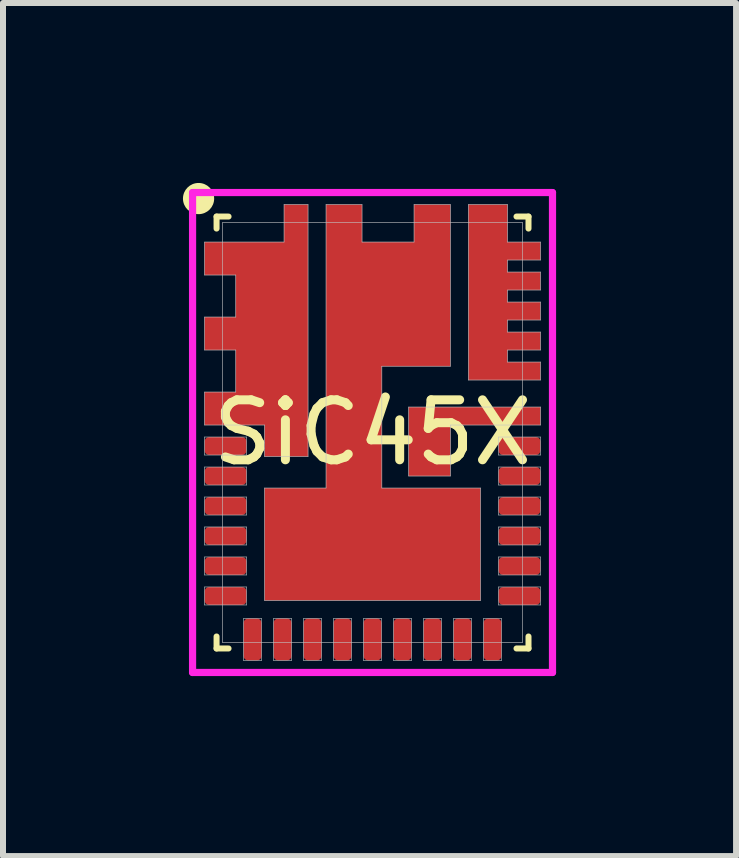
<source format=kicad_pcb>
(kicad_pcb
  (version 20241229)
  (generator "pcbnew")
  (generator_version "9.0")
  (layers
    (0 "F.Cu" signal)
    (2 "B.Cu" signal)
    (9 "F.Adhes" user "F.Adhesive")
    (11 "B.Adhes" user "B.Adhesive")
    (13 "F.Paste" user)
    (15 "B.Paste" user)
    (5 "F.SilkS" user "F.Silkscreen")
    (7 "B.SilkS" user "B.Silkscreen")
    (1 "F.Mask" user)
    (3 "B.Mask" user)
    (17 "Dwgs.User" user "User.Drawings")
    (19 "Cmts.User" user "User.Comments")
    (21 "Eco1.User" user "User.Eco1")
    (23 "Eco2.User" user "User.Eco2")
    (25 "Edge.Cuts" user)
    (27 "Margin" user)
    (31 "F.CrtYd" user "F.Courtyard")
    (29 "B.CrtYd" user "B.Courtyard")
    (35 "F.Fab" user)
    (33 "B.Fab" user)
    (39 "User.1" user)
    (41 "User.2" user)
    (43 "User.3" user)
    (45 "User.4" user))
  (footprint "SiC45X"
    (layer "F.Cu")
    (at 3.16 4.16)
    (property "Reference" "SiC45X" (at 0 0 0) (layer "F.SilkS") (effects (font (size 1 1) (thickness 0.15))))
    (fp_line (start -2.6 -3.6) (end -2.6 -3.4) (stroke (width 0.1) (type solid)) (layer "F.SilkS"))
    (fp_line (start -2.6 -3.6) (end -2.4 -3.6) (stroke (width 0.1) (type solid)) (layer "F.SilkS"))
    (fp_line (start -2.6 3.6) (end -2.6 3.4) (stroke (width 0.1) (type solid)) (layer "F.SilkS"))
    (fp_line (start -2.6 3.6) (end -2.4 3.6) (stroke (width 0.1) (type solid)) (layer "F.SilkS"))
    (fp_line (start 2.6 -3.6) (end 2.4 -3.6) (stroke (width 0.1) (type solid)) (layer "F.SilkS"))
    (fp_line (start 2.6 -3.6) (end 2.6 -3.4) (stroke (width 0.1) (type solid)) (layer "F.SilkS"))
    (fp_line (start 2.6 3.6) (end 2.4 3.6) (stroke (width 0.1) (type solid)) (layer "F.SilkS"))
    (fp_line (start 2.6 3.6) (end 2.6 3.4) (stroke (width 0.1) (type solid)) (layer "F.SilkS"))
    (fp_circle (center -2.9 -3.9) (end -2.7 -3.9) (stroke (width 0.12) (type solid)) (fill yes) (layer "F.SilkS"))
    (fp_line (start -2.8 -3.175) (end -1.475 -3.175) (stroke (width 0.01) (type solid)) (layer "Dwgs.User"))
    (fp_line (start -2.8 -2.625) (end -2.8 -3.175) (stroke (width 0.01) (type solid)) (layer "Dwgs.User"))
    (fp_line (start -2.8 -1.925) (end -2.28 -1.925) (stroke (width 0.01) (type solid)) (layer "Dwgs.User"))
    (fp_line (start -2.8 -1.375) (end -2.8 -1.925) (stroke (width 0.01) (type solid)) (layer "Dwgs.User"))
    (fp_line (start -2.8 -0.675) (end -2.28 -0.675) (stroke (width 0.01) (type solid)) (layer "Dwgs.User"))
    (fp_line (start -2.8 -0.125) (end -2.8 -0.675) (stroke (width 0.01) (type solid)) (layer "Dwgs.User"))
    (fp_line (start -2.8 0.075) (end -2.1 0.075) (stroke (width 0.01) (type solid)) (layer "Dwgs.User"))
    (fp_line (start -2.8 0.375) (end -2.8 0.075) (stroke (width 0.01) (type solid)) (layer "Dwgs.User"))
    (fp_line (start -2.8 0.575) (end -2.1 0.575) (stroke (width 0.01) (type solid)) (layer "Dwgs.User"))
    (fp_line (start -2.8 0.875) (end -2.8 0.575) (stroke (width 0.01) (type solid)) (layer "Dwgs.User"))
    (fp_line (start -2.8 1.075) (end -2.1 1.075) (stroke (width 0.01) (type solid)) (layer "Dwgs.User"))
    (fp_line (start -2.8 1.375) (end -2.8 1.075) (stroke (width 0.01) (type solid)) (layer "Dwgs.User"))
    (fp_line (start -2.8 1.575) (end -2.1 1.575) (stroke (width 0.01) (type solid)) (layer "Dwgs.User"))
    (fp_line (start -2.8 1.875) (end -2.8 1.575) (stroke (width 0.01) (type solid)) (layer "Dwgs.User"))
    (fp_line (start -2.8 2.075) (end -2.1 2.075) (stroke (width 0.01) (type solid)) (layer "Dwgs.User"))
    (fp_line (start -2.8 2.375) (end -2.8 2.075) (stroke (width 0.01) (type solid)) (layer "Dwgs.User"))
    (fp_line (start -2.8 2.575) (end -2.1 2.575) (stroke (width 0.01) (type solid)) (layer "Dwgs.User"))
    (fp_line (start -2.8 2.875) (end -2.8 2.575) (stroke (width 0.01) (type solid)) (layer "Dwgs.User"))
    (fp_line (start -2.5 -3.5) (end 2.5 -3.5) (stroke (width 0.01) (type solid)) (layer "Dwgs.User"))
    (fp_line (start -2.5 3.5) (end -2.5 -3.5) (stroke (width 0.01) (type solid)) (layer "Dwgs.User"))
    (fp_line (start -2.28 -2.625) (end -2.8 -2.625) (stroke (width 0.01) (type solid)) (layer "Dwgs.User"))
    (fp_line (start -2.28 -1.925) (end -2.28 -2.625) (stroke (width 0.01) (type solid)) (layer "Dwgs.User"))
    (fp_line (start -2.28 -1.375) (end -2.8 -1.375) (stroke (width 0.01) (type solid)) (layer "Dwgs.User"))
    (fp_line (start -2.28 -0.675) (end -2.28 -1.375) (stroke (width 0.01) (type solid)) (layer "Dwgs.User"))
    (fp_line (start -2.15 3.1) (end -1.85 3.1) (stroke (width 0.01) (type solid)) (layer "Dwgs.User"))
    (fp_line (start -2.15 3.8) (end -2.15 3.1) (stroke (width 0.01) (type solid)) (layer "Dwgs.User"))
    (fp_line (start -2.1 0.075) (end -2.1 0.375) (stroke (width 0.01) (type solid)) (layer "Dwgs.User"))
    (fp_line (start -2.1 0.375) (end -2.8 0.375) (stroke (width 0.01) (type solid)) (layer "Dwgs.User"))
    (fp_line (start -2.1 0.575) (end -2.1 0.875) (stroke (width 0.01) (type solid)) (layer "Dwgs.User"))
    (fp_line (start -2.1 0.875) (end -2.8 0.875) (stroke (width 0.01) (type solid)) (layer "Dwgs.User"))
    (fp_line (start -2.1 1.075) (end -2.1 1.375) (stroke (width 0.01) (type solid)) (layer "Dwgs.User"))
    (fp_line (start -2.1 1.375) (end -2.8 1.375) (stroke (width 0.01) (type solid)) (layer "Dwgs.User"))
    (fp_line (start -2.1 1.575) (end -2.1 1.875) (stroke (width 0.01) (type solid)) (layer "Dwgs.User"))
    (fp_line (start -2.1 1.875) (end -2.8 1.875) (stroke (width 0.01) (type solid)) (layer "Dwgs.User"))
    (fp_line (start -2.1 2.075) (end -2.1 2.375) (stroke (width 0.01) (type solid)) (layer "Dwgs.User"))
    (fp_line (start -2.1 2.375) (end -2.8 2.375) (stroke (width 0.01) (type solid)) (layer "Dwgs.User"))
    (fp_line (start -2.1 2.575) (end -2.1 2.875) (stroke (width 0.01) (type solid)) (layer "Dwgs.User"))
    (fp_line (start -2.1 2.875) (end -2.8 2.875) (stroke (width 0.01) (type solid)) (layer "Dwgs.User"))
    (fp_line (start -1.85 3.1) (end -1.85 3.8) (stroke (width 0.01) (type solid)) (layer "Dwgs.User"))
    (fp_line (start -1.85 3.8) (end -2.15 3.8) (stroke (width 0.01) (type solid)) (layer "Dwgs.User"))
    (fp_line (start -1.8 -0.125) (end -2.8 -0.125) (stroke (width 0.01) (type solid)) (layer "Dwgs.User"))
    (fp_line (start -1.8 0.4) (end -1.8 -0.125) (stroke (width 0.01) (type solid)) (layer "Dwgs.User"))
    (fp_line (start -1.8 0.925) (end -1.8 2.8) (stroke (width 0.01) (type solid)) (layer "Dwgs.User"))
    (fp_line (start -1.8 2.8) (end 1.8 2.8) (stroke (width 0.01) (type solid)) (layer "Dwgs.User"))
    (fp_line (start -1.65 3.1) (end -1.35 3.1) (stroke (width 0.01) (type solid)) (layer "Dwgs.User"))
    (fp_line (start -1.65 3.8) (end -1.65 3.1) (stroke (width 0.01) (type solid)) (layer "Dwgs.User"))
    (fp_line (start -1.475 -3.8) (end -1.075 -3.8) (stroke (width 0.01) (type solid)) (layer "Dwgs.User"))
    (fp_line (start -1.475 -3.175) (end -1.475 -3.8) (stroke (width 0.01) (type solid)) (layer "Dwgs.User"))
    (fp_line (start -1.35 3.1) (end -1.35 3.8) (stroke (width 0.01) (type solid)) (layer "Dwgs.User"))
    (fp_line (start -1.35 3.8) (end -1.65 3.8) (stroke (width 0.01) (type solid)) (layer "Dwgs.User"))
    (fp_line (start -1.15 3.1) (end -0.85 3.1) (stroke (width 0.01) (type solid)) (layer "Dwgs.User"))
    (fp_line (start -1.15 3.8) (end -1.15 3.1) (stroke (width 0.01) (type solid)) (layer "Dwgs.User"))
    (fp_line (start -1.075 -3.8) (end -1.075 0.4) (stroke (width 0.01) (type solid)) (layer "Dwgs.User"))
    (fp_line (start -1.075 0.4) (end -1.8 0.4) (stroke (width 0.01) (type solid)) (layer "Dwgs.User"))
    (fp_line (start -0.85 3.1) (end -0.85 3.8) (stroke (width 0.01) (type solid)) (layer "Dwgs.User"))
    (fp_line (start -0.85 3.8) (end -1.15 3.8) (stroke (width 0.01) (type solid)) (layer "Dwgs.User"))
    (fp_line (start -0.775 -3.8) (end -0.775 0.925) (stroke (width 0.01) (type solid)) (layer "Dwgs.User"))
    (fp_line (start -0.775 0.925) (end -1.8 0.925) (stroke (width 0.01) (type solid)) (layer "Dwgs.User"))
    (fp_line (start -0.65 3.1) (end -0.35 3.1) (stroke (width 0.01) (type solid)) (layer "Dwgs.User"))
    (fp_line (start -0.65 3.8) (end -0.65 3.1) (stroke (width 0.01) (type solid)) (layer "Dwgs.User"))
    (fp_line (start -0.35 3.1) (end -0.35 3.8) (stroke (width 0.01) (type solid)) (layer "Dwgs.User"))
    (fp_line (start -0.35 3.8) (end -0.65 3.8) (stroke (width 0.01) (type solid)) (layer "Dwgs.User"))
    (fp_line (start -0.175 -3.8) (end -0.775 -3.8) (stroke (width 0.01) (type solid)) (layer "Dwgs.User"))
    (fp_line (start -0.175 -3.175) (end -0.175 -3.8) (stroke (width 0.01) (type solid)) (layer "Dwgs.User"))
    (fp_line (start -0.15 3.1) (end 0.15 3.1) (stroke (width 0.01) (type solid)) (layer "Dwgs.User"))
    (fp_line (start -0.15 3.8) (end -0.15 3.1) (stroke (width 0.01) (type solid)) (layer "Dwgs.User"))
    (fp_line (start 0.15 3.1) (end 0.15 3.8) (stroke (width 0.01) (type solid)) (layer "Dwgs.User"))
    (fp_line (start 0.15 3.8) (end -0.15 3.8) (stroke (width 0.01) (type solid)) (layer "Dwgs.User"))
    (fp_line (start 0.155 -1.105) (end 1.298 -1.105) (stroke (width 0.01) (type solid)) (layer "Dwgs.User"))
    (fp_line (start 0.155 0.925) (end 0.155 -1.105) (stroke (width 0.01) (type solid)) (layer "Dwgs.User"))
    (fp_line (start 0.35 3.1) (end 0.65 3.1) (stroke (width 0.01) (type solid)) (layer "Dwgs.User"))
    (fp_line (start 0.35 3.8) (end 0.35 3.1) (stroke (width 0.01) (type solid)) (layer "Dwgs.User"))
    (fp_line (start 0.603 -0.425) (end 2.8 -0.425) (stroke (width 0.01) (type solid)) (layer "Dwgs.User"))
    (fp_line (start 0.603 0.725) (end 0.603 -0.425) (stroke (width 0.01) (type solid)) (layer "Dwgs.User"))
    (fp_line (start 0.65 3.1) (end 0.65 3.8) (stroke (width 0.01) (type solid)) (layer "Dwgs.User"))
    (fp_line (start 0.65 3.8) (end 0.35 3.8) (stroke (width 0.01) (type solid)) (layer "Dwgs.User"))
    (fp_line (start 0.692 -3.8) (end 0.692 -3.175) (stroke (width 0.01) (type solid)) (layer "Dwgs.User"))
    (fp_line (start 0.692 -3.175) (end -0.175 -3.175) (stroke (width 0.01) (type solid)) (layer "Dwgs.User"))
    (fp_line (start 0.85 3.1) (end 1.15 3.1) (stroke (width 0.01) (type solid)) (layer "Dwgs.User"))
    (fp_line (start 0.85 3.8) (end 0.85 3.1) (stroke (width 0.01) (type solid)) (layer "Dwgs.User"))
    (fp_line (start 1.15 3.1) (end 1.15 3.8) (stroke (width 0.01) (type solid)) (layer "Dwgs.User"))
    (fp_line (start 1.15 3.8) (end 0.85 3.8) (stroke (width 0.01) (type solid)) (layer "Dwgs.User"))
    (fp_line (start 1.298 -3.8) (end 0.692 -3.8) (stroke (width 0.01) (type solid)) (layer "Dwgs.User"))
    (fp_line (start 1.298 -1.105) (end 1.298 -3.8) (stroke (width 0.01) (type solid)) (layer "Dwgs.User"))
    (fp_line (start 1.298 -0.125) (end 1.298 0.725) (stroke (width 0.01) (type solid)) (layer "Dwgs.User"))
    (fp_line (start 1.298 0.725) (end 0.603 0.725) (stroke (width 0.01) (type solid)) (layer "Dwgs.User"))
    (fp_line (start 1.35 3.1) (end 1.65 3.1) (stroke (width 0.01) (type solid)) (layer "Dwgs.User"))
    (fp_line (start 1.35 3.8) (end 1.35 3.1) (stroke (width 0.01) (type solid)) (layer "Dwgs.User"))
    (fp_line (start 1.598 -3.8) (end 1.598 -0.875) (stroke (width 0.01) (type solid)) (layer "Dwgs.User"))
    (fp_line (start 1.598 -0.875) (end 2.8 -0.875) (stroke (width 0.01) (type solid)) (layer "Dwgs.User"))
    (fp_line (start 1.65 3.1) (end 1.65 3.8) (stroke (width 0.01) (type solid)) (layer "Dwgs.User"))
    (fp_line (start 1.65 3.8) (end 1.35 3.8) (stroke (width 0.01) (type solid)) (layer "Dwgs.User"))
    (fp_line (start 1.8 0.925) (end 0.155 0.925) (stroke (width 0.01) (type solid)) (layer "Dwgs.User"))
    (fp_line (start 1.8 2.8) (end 1.8 0.925) (stroke (width 0.01) (type solid)) (layer "Dwgs.User"))
    (fp_line (start 1.85 3.1) (end 2.15 3.1) (stroke (width 0.01) (type solid)) (layer "Dwgs.User"))
    (fp_line (start 1.85 3.8) (end 1.85 3.1) (stroke (width 0.01) (type solid)) (layer "Dwgs.User"))
    (fp_line (start 2.1 0.075) (end 2.8 0.075) (stroke (width 0.01) (type solid)) (layer "Dwgs.User"))
    (fp_line (start 2.1 0.375) (end 2.1 0.075) (stroke (width 0.01) (type solid)) (layer "Dwgs.User"))
    (fp_line (start 2.1 0.575) (end 2.8 0.575) (stroke (width 0.01) (type solid)) (layer "Dwgs.User"))
    (fp_line (start 2.1 0.875) (end 2.1 0.575) (stroke (width 0.01) (type solid)) (layer "Dwgs.User"))
    (fp_line (start 2.1 1.075) (end 2.8 1.075) (stroke (width 0.01) (type solid)) (layer "Dwgs.User"))
    (fp_line (start 2.1 1.375) (end 2.1 1.075) (stroke (width 0.01) (type solid)) (layer "Dwgs.User"))
    (fp_line (start 2.1 1.575) (end 2.8 1.575) (stroke (width 0.01) (type solid)) (layer "Dwgs.User"))
    (fp_line (start 2.1 1.875) (end 2.1 1.575) (stroke (width 0.01) (type solid)) (layer "Dwgs.User"))
    (fp_line (start 2.1 2.075) (end 2.8 2.075) (stroke (width 0.01) (type solid)) (layer "Dwgs.User"))
    (fp_line (start 2.1 2.375) (end 2.1 2.075) (stroke (width 0.01) (type solid)) (layer "Dwgs.User"))
    (fp_line (start 2.1 2.575) (end 2.8 2.575) (stroke (width 0.01) (type solid)) (layer "Dwgs.User"))
    (fp_line (start 2.1 2.875) (end 2.1 2.575) (stroke (width 0.01) (type solid)) (layer "Dwgs.User"))
    (fp_line (start 2.15 3.1) (end 2.15 3.8) (stroke (width 0.01) (type solid)) (layer "Dwgs.User"))
    (fp_line (start 2.15 3.8) (end 1.85 3.8) (stroke (width 0.01) (type solid)) (layer "Dwgs.User"))
    (fp_line (start 2.25 -3.8) (end 1.598 -3.8) (stroke (width 0.01) (type solid)) (layer "Dwgs.User"))
    (fp_line (start 2.25 -3.175) (end 2.25 -3.8) (stroke (width 0.01) (type solid)) (layer "Dwgs.User"))
    (fp_line (start 2.25 -2.875) (end 2.8 -2.875) (stroke (width 0.01) (type solid)) (layer "Dwgs.User"))
    (fp_line (start 2.25 -2.675) (end 2.25 -2.875) (stroke (width 0.01) (type solid)) (layer "Dwgs.User"))
    (fp_line (start 2.25 -2.375) (end 2.8 -2.375) (stroke (width 0.01) (type solid)) (layer "Dwgs.User"))
    (fp_line (start 2.25 -2.175) (end 2.25 -2.375) (stroke (width 0.01) (type solid)) (layer "Dwgs.User"))
    (fp_line (start 2.25 -1.875) (end 2.8 -1.875) (stroke (width 0.01) (type solid)) (layer "Dwgs.User"))
    (fp_line (start 2.25 -1.675) (end 2.25 -1.875) (stroke (width 0.01) (type solid)) (layer "Dwgs.User"))
    (fp_line (start 2.25 -1.375) (end 2.8 -1.375) (stroke (width 0.01) (type solid)) (layer "Dwgs.User"))
    (fp_line (start 2.25 -1.175) (end 2.25 -1.375) (stroke (width 0.01) (type solid)) (layer "Dwgs.User"))
    (fp_line (start 2.5 -3.5) (end 2.5 3.5) (stroke (width 0.01) (type solid)) (layer "Dwgs.User"))
    (fp_line (start 2.5 3.5) (end -2.5 3.5) (stroke (width 0.01) (type solid)) (layer "Dwgs.User"))
    (fp_line (start 2.8 -3.175) (end 2.25 -3.175) (stroke (width 0.01) (type solid)) (layer "Dwgs.User"))
    (fp_line (start 2.8 -2.875) (end 2.8 -3.175) (stroke (width 0.01) (type solid)) (layer "Dwgs.User"))
    (fp_line (start 2.8 -2.675) (end 2.25 -2.675) (stroke (width 0.01) (type solid)) (layer "Dwgs.User"))
    (fp_line (start 2.8 -2.375) (end 2.8 -2.675) (stroke (width 0.01) (type solid)) (layer "Dwgs.User"))
    (fp_line (start 2.8 -2.175) (end 2.25 -2.175) (stroke (width 0.01) (type solid)) (layer "Dwgs.User"))
    (fp_line (start 2.8 -1.875) (end 2.8 -2.175) (stroke (width 0.01) (type solid)) (layer "Dwgs.User"))
    (fp_line (start 2.8 -1.675) (end 2.25 -1.675) (stroke (width 0.01) (type solid)) (layer "Dwgs.User"))
    (fp_line (start 2.8 -1.375) (end 2.8 -1.675) (stroke (width 0.01) (type solid)) (layer "Dwgs.User"))
    (fp_line (start 2.8 -1.175) (end 2.25 -1.175) (stroke (width 0.01) (type solid)) (layer "Dwgs.User"))
    (fp_line (start 2.8 -0.875) (end 2.8 -1.175) (stroke (width 0.01) (type solid)) (layer "Dwgs.User"))
    (fp_line (start 2.8 -0.425) (end 2.8 -0.125) (stroke (width 0.01) (type solid)) (layer "Dwgs.User"))
    (fp_line (start 2.8 -0.125) (end 1.298 -0.125) (stroke (width 0.01) (type solid)) (layer "Dwgs.User"))
    (fp_line (start 2.8 0.075) (end 2.8 0.375) (stroke (width 0.01) (type solid)) (layer "Dwgs.User"))
    (fp_line (start 2.8 0.375) (end 2.1 0.375) (stroke (width 0.01) (type solid)) (layer "Dwgs.User"))
    (fp_line (start 2.8 0.575) (end 2.8 0.875) (stroke (width 0.01) (type solid)) (layer "Dwgs.User"))
    (fp_line (start 2.8 0.875) (end 2.1 0.875) (stroke (width 0.01) (type solid)) (layer "Dwgs.User"))
    (fp_line (start 2.8 1.075) (end 2.8 1.375) (stroke (width 0.01) (type solid)) (layer "Dwgs.User"))
    (fp_line (start 2.8 1.375) (end 2.1 1.375) (stroke (width 0.01) (type solid)) (layer "Dwgs.User"))
    (fp_line (start 2.8 1.575) (end 2.8 1.875) (stroke (width 0.01) (type solid)) (layer "Dwgs.User"))
    (fp_line (start 2.8 1.875) (end 2.1 1.875) (stroke (width 0.01) (type solid)) (layer "Dwgs.User"))
    (fp_line (start 2.8 2.075) (end 2.8 2.375) (stroke (width 0.01) (type solid)) (layer "Dwgs.User"))
    (fp_line (start 2.8 2.375) (end 2.1 2.375) (stroke (width 0.01) (type solid)) (layer "Dwgs.User"))
    (fp_line (start 2.8 2.575) (end 2.8 2.875) (stroke (width 0.01) (type solid)) (layer "Dwgs.User"))
    (fp_line (start 2.8 2.875) (end 2.1 2.875) (stroke (width 0.01) (type solid)) (layer "Dwgs.User"))
    (fp_line (start -3 -4) (end -3 4) (stroke (width 0.12) (type solid)) (layer "F.CrtYd"))
    (fp_line (start -3 4) (end 3 4) (stroke (width 0.12) (type solid)) (layer "F.CrtYd"))
    (fp_line (start 3 -4) (end -3 -4) (stroke (width 0.12) (type solid)) (layer "F.CrtYd"))
    (fp_line (start 3 4) (end 3 -4) (stroke (width 0.12) (type solid)) (layer "F.CrtYd"))
    (pad "1" smd custom (at -1.6 -1.6) (size 0.5 0.5) (layers "F.Cu" "F.Mask" "F.Paste") (options (anchor circle)) (primitives (gr_poly (pts (xy 0.525 2) (xy -0.2 2) (xy -0.2 1.475) (xy -1.2 1.475) (xy -1.2 0.925) (xy -0.68 0.925) (xy -0.68 0.225) (xy -1.2 0.225) (xy -1.2 -0.325) (xy -0.68 -0.325) (xy -0.68 -1.025) (xy -1.2 -1.025) (xy -1.2 -1.575) (xy 0.125 -1.575) (xy 0.125 -2.2) (xy 0.525 -2.2)) (width 0.001) (fill yes))))
    (pad "4" smd roundrect (at -2.45 0.225) (size 0.7 0.3) (layers "F.Cu" "F.Mask" "F.Paste") (roundrect_rratio 0.25))
    (pad "5" smd roundrect (at -2.45 0.725) (size 0.7 0.3) (layers "F.Cu" "F.Mask" "F.Paste") (roundrect_rratio 0.25))
    (pad "6" smd roundrect (at -2.45 1.225) (size 0.7 0.3) (layers "F.Cu" "F.Mask" "F.Paste") (roundrect_rratio 0.25))
    (pad "7" smd roundrect (at -2.45 1.725) (size 0.7 0.3) (layers "F.Cu" "F.Mask" "F.Paste") (roundrect_rratio 0.25))
    (pad "8" smd roundrect (at -2.45 2.225) (size 0.7 0.3) (layers "F.Cu" "F.Mask" "F.Paste") (roundrect_rratio 0.25))
    (pad "9" smd roundrect (at -2.45 2.725) (size 0.7 0.3) (layers "F.Cu" "F.Mask" "F.Paste") (roundrect_rratio 0.25))
    (pad "10" smd roundrect (at -2 3.45 90) (size 0.7 0.3) (layers "F.Cu" "F.Mask" "F.Paste") (roundrect_rratio 0.25))
    (pad "11" smd roundrect (at -1.5 3.45 90) (size 0.7 0.3) (layers "F.Cu" "F.Mask" "F.Paste") (roundrect_rratio 0.25))
    (pad "12" smd roundrect (at -1 3.45 90) (size 0.7 0.3) (layers "F.Cu" "F.Mask" "F.Paste") (roundrect_rratio 0.25))
    (pad "13" smd roundrect (at -0.5 3.45 90) (size 0.7 0.3) (layers "F.Cu" "F.Mask" "F.Paste") (roundrect_rratio 0.25))
    (pad "14" smd roundrect (at 0 3.45 90) (size 0.7 0.3) (layers "F.Cu" "F.Mask" "F.Paste") (roundrect_rratio 0.25))
    (pad "15" smd roundrect (at 0.5 3.45 90) (size 0.7 0.3) (layers "F.Cu" "F.Mask" "F.Paste") (roundrect_rratio 0.25))
    (pad "16" smd roundrect (at 1 3.45 90) (size 0.7 0.3) (layers "F.Cu" "F.Mask" "F.Paste") (roundrect_rratio 0.25))
    (pad "17" smd roundrect (at 1.5 3.45 90) (size 0.7 0.3) (layers "F.Cu" "F.Mask" "F.Paste") (roundrect_rratio 0.25))
    (pad "18" smd roundrect (at 2 3.45 90) (size 0.7 0.3) (layers "F.Cu" "F.Mask" "F.Paste") (roundrect_rratio 0.25))
    (pad "19" smd roundrect (at 2.45 2.725) (size 0.7 0.3) (layers "F.Cu" "F.Mask" "F.Paste") (roundrect_rratio 0.25))
    (pad "20" smd roundrect (at 2.45 2.225) (size 0.7 0.3) (layers "F.Cu" "F.Mask" "F.Paste") (roundrect_rratio 0.25))
    (pad "21" smd roundrect (at 2.45 1.725) (size 0.7 0.3) (layers "F.Cu" "F.Mask" "F.Paste") (roundrect_rratio 0.25))
    (pad "22" smd roundrect (at 2.45 1.225) (size 0.7 0.3) (layers "F.Cu" "F.Mask" "F.Paste") (roundrect_rratio 0.25))
    (pad "23" smd roundrect (at 2.45 0.725) (size 0.7 0.3) (layers "F.Cu" "F.Mask" "F.Paste") (roundrect_rratio 0.25))
    (pad "24" smd roundrect (at 2.45 0.225) (size 0.7 0.3) (layers "F.Cu" "F.Mask" "F.Paste") (roundrect_rratio 0.25))
    (pad "25" smd custom (at 0.95 0.225) (size 0.7 0.3) (layers "F.Cu" "F.Mask" "F.Paste") (options (anchor circle)) (primitives (gr_poly (pts (xy 1.85 -0.35) (xy 0.348 -0.35) (xy 0.348 0.5) (xy -0.347 0.5) (xy -0.347 -0.65) (xy 1.85 -0.65)) (width 0.001) (fill yes))))
    (pad "26" smd custom (at 1.95 -2.025) (size 0.5 0.3) (layers "F.Cu" "F.Mask" "F.Paste") (options (anchor circle)) (primitives (gr_poly (pts (xy 0.3 -1.775) (xy 0.3 -1.15) (xy 0.85 -1.15) (xy 0.85 -0.85) (xy 0.3 -0.85) (xy 0.3 -0.65) (xy 0.85 -0.65) (xy 0.85 -0.35) (xy 0.3 -0.35) (xy 0.3 -0.15) (xy 0.85 -0.15) (xy 0.85 0.15) (xy 0.3 0.15) (xy 0.3 0.35) (xy 0.85 0.35) (xy 0.85 0.65) (xy 0.3 0.65) (xy 0.3 0.85) (xy 0.85 0.85) (xy 0.85 1.15) (xy -0.352 1.15) (xy -0.352 -1.775)) (width 0.001) (fill yes))))
    (pad "32" smd custom (at -0.05 -1.775) (size 0.7 0.3) (layers "F.Cu" "F.Mask" "F.Paste") (options (anchor circle)) (primitives (gr_poly (pts (xy -0.125 -1.4) (xy 0.742 -1.4) (xy 0.742 -2.025) (xy 1.348 -2.025) (xy 1.348 0.67) (xy 0.205 0.67) (xy 0.205 2.7) (xy 1.85 2.7) (xy 1.85 4.575) (xy -1.75 4.575) (xy -1.75 2.7) (xy -0.725 2.7) (xy -0.725 -2.025) (xy -0.125 -2.025)) (width 0.001) (fill yes)))))
  (gr_rect
    (start -3 -3)
    (end 9.22 11.22)
    (stroke (width 0.1) (type default))
    (fill no)
    (layer "Edge.Cuts")))
</source>
